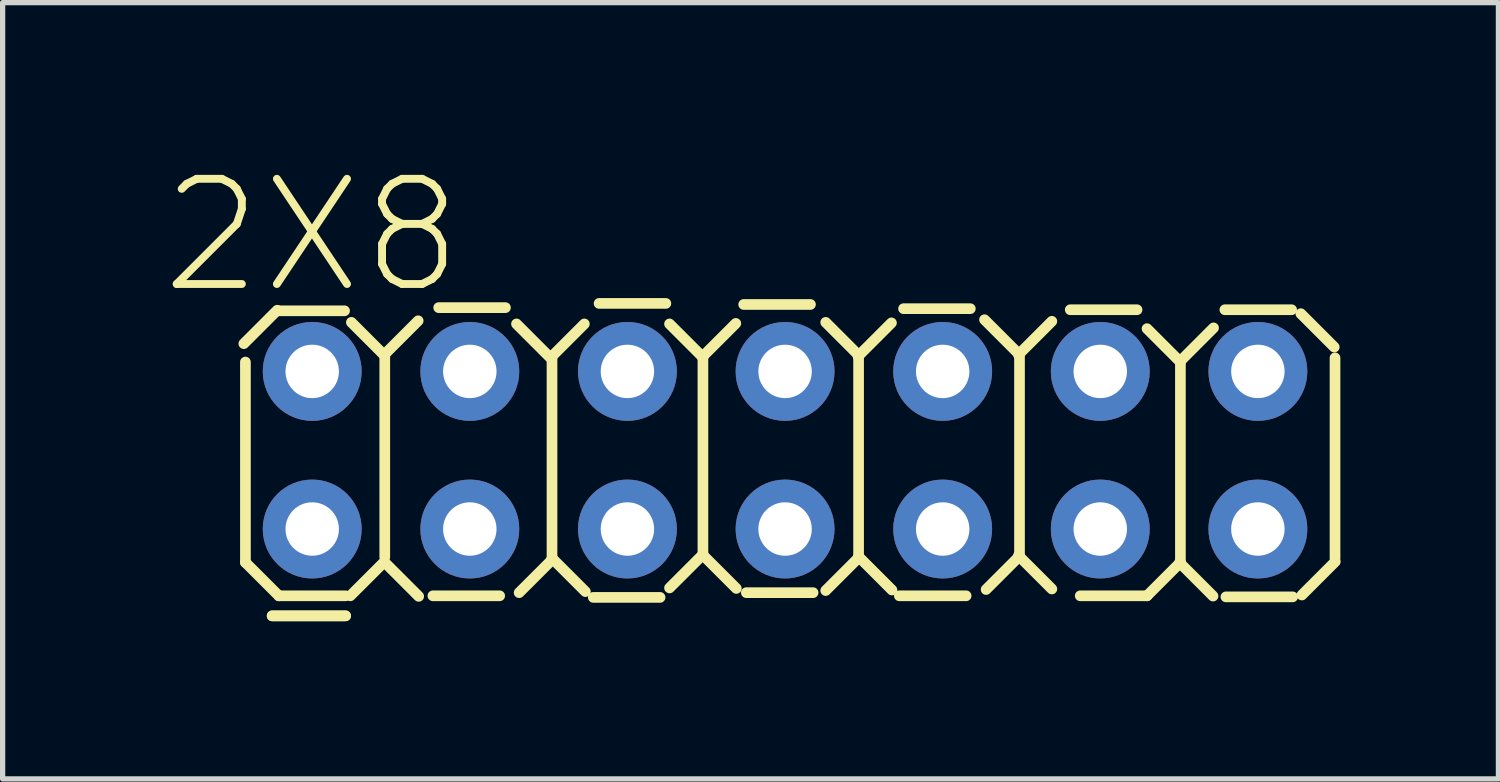
<source format=kicad_pcb>
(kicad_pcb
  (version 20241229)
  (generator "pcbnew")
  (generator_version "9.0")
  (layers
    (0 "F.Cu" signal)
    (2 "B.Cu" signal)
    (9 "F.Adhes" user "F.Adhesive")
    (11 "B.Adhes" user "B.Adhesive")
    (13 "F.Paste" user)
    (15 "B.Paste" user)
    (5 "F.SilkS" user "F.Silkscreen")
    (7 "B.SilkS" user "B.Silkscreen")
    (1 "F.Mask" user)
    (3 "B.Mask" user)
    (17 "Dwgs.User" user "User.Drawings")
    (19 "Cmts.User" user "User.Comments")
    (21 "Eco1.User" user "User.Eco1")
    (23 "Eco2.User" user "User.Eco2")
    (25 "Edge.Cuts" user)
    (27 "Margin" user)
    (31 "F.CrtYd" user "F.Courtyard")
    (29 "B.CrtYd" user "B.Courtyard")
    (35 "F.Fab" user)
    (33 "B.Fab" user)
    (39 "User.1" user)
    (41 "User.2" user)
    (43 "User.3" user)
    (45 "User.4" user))
  (footprint "2X8"
    (layer "F.Cu")
    (at 2.887 7.01)
    (property "Reference" "2X8" (at -0.005 -5.577 0) (layer "F.SilkS") (effects (font (size 2 2) (thickness 0.15))))
    (attr exclude_from_pos_files exclude_from_bom)
    (fp_line (start -1.3 -3.525) (end -0.665 -4.16) (stroke (width 0.203) (type solid)) (layer "F.SilkS"))
    (fp_line (start -1.27 0.635) (end -1.27 -3.175) (stroke (width 0.203) (type solid)) (layer "F.SilkS"))
    (fp_line (start -1.27 0.635) (end -0.635 1.27) (stroke (width 0.203) (type solid)) (layer "F.SilkS"))
    (fp_line (start -0.762 1.651) (end 0.635 1.651) (stroke (width 0.203) (type solid)) (layer "F.SilkS"))
    (fp_line (start -0.655 -4.15) (end 0.615 -4.15) (stroke (width 0.203) (type solid)) (layer "F.SilkS"))
    (fp_line (start -0.635 1.27) (end 0.635 1.27) (stroke (width 0.203) (type solid)) (layer "F.SilkS"))
    (fp_line (start 0.635 1.651) (end -0.762 1.651) (stroke (width 0.203) (type solid)) (layer "F.SilkS"))
    (fp_line (start 0.725 1.27) (end 1.36 0.635) (stroke (width 0.203) (type solid)) (layer "F.SilkS"))
    (fp_line (start 0.745 -3.93) (end 1.38 -3.295) (stroke (width 0.203) (type solid)) (layer "F.SilkS"))
    (fp_line (start 1.38 -3.325) (end 2.015 -3.96) (stroke (width 0.203) (type solid)) (layer "F.SilkS"))
    (fp_line (start 1.38 -3.275) (end 1.38 0.535) (stroke (width 0.203) (type solid)) (layer "F.SilkS"))
    (fp_line (start 1.39 0.645) (end 2.025 1.28) (stroke (width 0.203) (type solid)) (layer "F.SilkS"))
    (fp_line (start 2.295 1.27) (end 3.565 1.27) (stroke (width 0.203) (type solid)) (layer "F.SilkS"))
    (fp_line (start 2.405 -4.21) (end 3.675 -4.21) (stroke (width 0.203) (type solid)) (layer "F.SilkS"))
    (fp_line (start 3.885 -3.9) (end 4.52 -3.265) (stroke (width 0.203) (type solid)) (layer "F.SilkS"))
    (fp_line (start 3.935 1.21) (end 4.57 0.575) (stroke (width 0.203) (type solid)) (layer "F.SilkS"))
    (fp_line (start 4.54 -3.265) (end 5.175 -3.9) (stroke (width 0.203) (type solid)) (layer "F.SilkS"))
    (fp_line (start 4.56 -3.235) (end 4.56 0.575) (stroke (width 0.203) (type solid)) (layer "F.SilkS"))
    (fp_line (start 4.56 0.555) (end 5.195 1.19) (stroke (width 0.203) (type solid)) (layer "F.SilkS"))
    (fp_line (start 5.345 1.3) (end 6.615 1.3) (stroke (width 0.203) (type solid)) (layer "F.SilkS"))
    (fp_line (start 5.455 -4.29) (end 6.725 -4.29) (stroke (width 0.203) (type solid)) (layer "F.SilkS"))
    (fp_line (start 6.795 -3.9) (end 7.43 -3.265) (stroke (width 0.203) (type solid)) (layer "F.SilkS"))
    (fp_line (start 6.795 1.12) (end 7.43 0.485) (stroke (width 0.203) (type solid)) (layer "F.SilkS"))
    (fp_line (start 7.42 -3.275) (end 8.055 -3.91) (stroke (width 0.203) (type solid)) (layer "F.SilkS"))
    (fp_line (start 7.43 -3.285) (end 7.43 0.525) (stroke (width 0.203) (type solid)) (layer "F.SilkS"))
    (fp_line (start 7.43 0.495) (end 8.065 1.13) (stroke (width 0.203) (type solid)) (layer "F.SilkS"))
    (fp_line (start 8.205 -4.27) (end 9.475 -4.27) (stroke (width 0.203) (type solid)) (layer "F.SilkS"))
    (fp_line (start 8.255 1.21) (end 9.525 1.21) (stroke (width 0.203) (type solid)) (layer "F.SilkS"))
    (fp_line (start 9.765 -3.93) (end 10.4 -3.295) (stroke (width 0.203) (type solid)) (layer "F.SilkS"))
    (fp_line (start 9.765 1.17) (end 10.4 0.535) (stroke (width 0.203) (type solid)) (layer "F.SilkS"))
    (fp_line (start 10.38 -3.285) (end 11.015 -3.92) (stroke (width 0.203) (type solid)) (layer "F.SilkS"))
    (fp_line (start 10.39 -3.265) (end 10.39 0.545) (stroke (width 0.203) (type solid)) (layer "F.SilkS"))
    (fp_line (start 10.39 0.525) (end 11.025 1.16) (stroke (width 0.203) (type solid)) (layer "F.SilkS"))
    (fp_line (start 11.165 1.27) (end 12.435 1.27) (stroke (width 0.203) (type solid)) (layer "F.SilkS"))
    (fp_line (start 11.245 -4.19) (end 12.515 -4.19) (stroke (width 0.203) (type solid)) (layer "F.SilkS"))
    (fp_line (start 12.785 -3.98) (end 13.42 -3.345) (stroke (width 0.203) (type solid)) (layer "F.SilkS"))
    (fp_line (start 12.815 1.15) (end 13.45 0.515) (stroke (width 0.203) (type solid)) (layer "F.SilkS"))
    (fp_line (start 13.43 -3.315) (end 14.065 -3.95) (stroke (width 0.203) (type solid)) (layer "F.SilkS"))
    (fp_line (start 13.43 0.505) (end 14.065 1.14) (stroke (width 0.203) (type solid)) (layer "F.SilkS"))
    (fp_line (start 13.45 -3.305) (end 13.45 0.505) (stroke (width 0.203) (type solid)) (layer "F.SilkS"))
    (fp_line (start 14.415 -4.17) (end 15.685 -4.17) (stroke (width 0.203) (type solid)) (layer "F.SilkS"))
    (fp_line (start 14.605 1.27) (end 15.875 1.27) (stroke (width 0.203) (type solid)) (layer "F.SilkS"))
    (fp_line (start 15.875 -3.81) (end 16.51 -3.175) (stroke (width 0.203) (type solid)) (layer "F.SilkS"))
    (fp_line (start 16.495 0.64) (end 17.13 1.275) (stroke (width 0.203) (type solid)) (layer "F.SilkS"))
    (fp_line (start 16.505 -3.19) (end 17.14 -3.825) (stroke (width 0.203) (type solid)) (layer "F.SilkS"))
    (fp_line (start 16.51 -3.175) (end 16.51 0.635) (stroke (width 0.203) (type solid)) (layer "F.SilkS"))
    (fp_line (start 16.51 0.635) (end 15.875 1.27) (stroke (width 0.203) (type solid)) (layer "F.SilkS"))
    (fp_line (start 17.355 -4.17) (end 18.625 -4.17) (stroke (width 0.203) (type solid)) (layer "F.SilkS"))
    (fp_line (start 17.375 1.29) (end 18.645 1.29) (stroke (width 0.203) (type solid)) (layer "F.SilkS"))
    (fp_line (start 18.8 -4.095) (end 19.435 -3.46) (stroke (width 0.203) (type solid)) (layer "F.SilkS"))
    (fp_line (start 18.82 1.255) (end 19.455 0.62) (stroke (width 0.203) (type solid)) (layer "F.SilkS"))
    (fp_line (start 19.45 -3.255) (end 19.45 0.555) (stroke (width 0.203) (type solid)) (layer "F.SilkS"))
    (pad "1" thru_hole circle (at 0 0) (size 1.88 1.88) (drill 1.016) (layers "*.Cu" "*.Mask"))
    (pad "2" thru_hole circle (at 0 -2.997) (size 1.88 1.88) (drill 1.016) (layers "*.Cu" "*.Mask"))
    (pad "3" thru_hole circle (at 2.997 0) (size 1.88 1.88) (drill 1.016) (layers "*.Cu" "*.Mask"))
    (pad "4" thru_hole circle (at 2.997 -2.997) (size 1.88 1.88) (drill 1.016) (layers "*.Cu" "*.Mask"))
    (pad "5" thru_hole circle (at 5.994 0) (size 1.88 1.88) (drill 1.016) (layers "*.Cu" "*.Mask"))
    (pad "6" thru_hole circle (at 5.994 -2.997) (size 1.88 1.88) (drill 1.016) (layers "*.Cu" "*.Mask"))
    (pad "7" thru_hole circle (at 8.992 0) (size 1.88 1.88) (drill 1.016) (layers "*.Cu" "*.Mask"))
    (pad "8" thru_hole circle (at 8.992 -2.997) (size 1.88 1.88) (drill 1.016) (layers "*.Cu" "*.Mask"))
    (pad "9" thru_hole circle (at 11.989 0) (size 1.88 1.88) (drill 1.016) (layers "*.Cu" "*.Mask"))
    (pad "10" thru_hole circle (at 11.989 -2.997) (size 1.88 1.88) (drill 1.016) (layers "*.Cu" "*.Mask"))
    (pad "11" thru_hole circle (at 14.986 0) (size 1.88 1.88) (drill 1.016) (layers "*.Cu" "*.Mask"))
    (pad "12" thru_hole circle (at 14.986 -2.997) (size 1.88 1.88) (drill 1.016) (layers "*.Cu" "*.Mask"))
    (pad "13" thru_hole circle (at 17.983 0) (size 1.88 1.88) (drill 1.016) (layers "*.Cu" "*.Mask"))
    (pad "14" thru_hole circle (at 17.983 -2.997) (size 1.88 1.88) (drill 1.016) (layers "*.Cu" "*.Mask")))
  (gr_rect
    (start -3 -3)
    (end 25.444 11.762)
    (stroke (width 0.1) (type default))
    (fill no)
    (layer "Edge.Cuts")))
</source>
